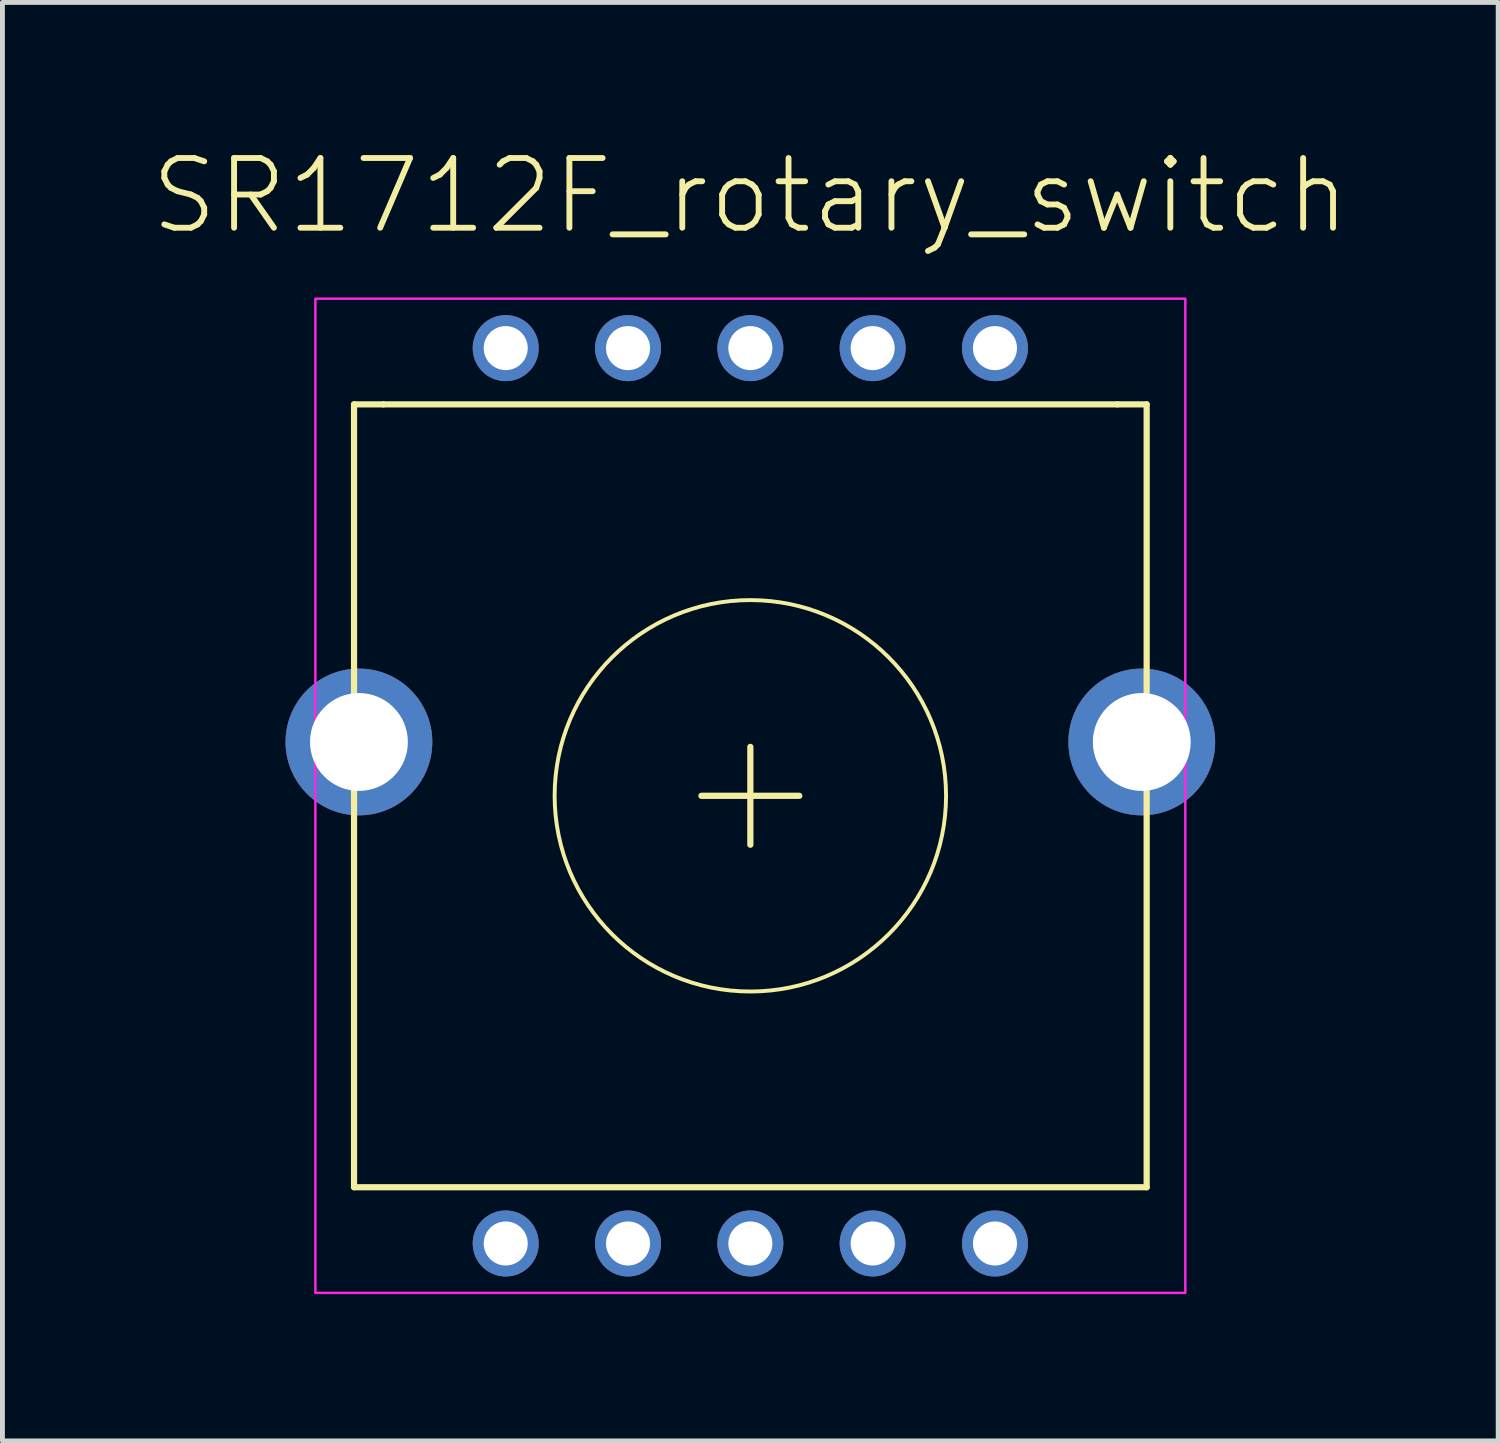
<source format=kicad_pcb>
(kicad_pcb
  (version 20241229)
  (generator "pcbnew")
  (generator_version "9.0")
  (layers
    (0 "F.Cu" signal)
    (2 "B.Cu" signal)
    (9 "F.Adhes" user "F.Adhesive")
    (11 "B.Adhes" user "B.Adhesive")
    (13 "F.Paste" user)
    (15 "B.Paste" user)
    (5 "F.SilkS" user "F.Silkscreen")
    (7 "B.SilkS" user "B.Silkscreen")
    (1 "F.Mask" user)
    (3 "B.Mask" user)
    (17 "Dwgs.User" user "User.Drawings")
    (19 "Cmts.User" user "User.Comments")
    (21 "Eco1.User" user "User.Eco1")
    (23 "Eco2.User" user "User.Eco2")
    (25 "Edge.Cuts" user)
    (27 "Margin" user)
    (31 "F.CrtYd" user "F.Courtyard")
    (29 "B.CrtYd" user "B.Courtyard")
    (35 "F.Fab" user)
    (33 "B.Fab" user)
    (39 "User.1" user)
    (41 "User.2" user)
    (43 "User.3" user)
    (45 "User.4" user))
  (footprint "SR1712F_rotary_switch"
    (layer "F.Cu")
    (at 12.286 13.215)
    (property "Reference" "SR1712F_rotary_switch" (at 0 -11.43 180) (layer "F.SilkS") (effects (font (size 1.425 1.425) (thickness 0.12)) (justify bottom)))
    (attr through_hole)
    (fp_line (start -8.1 -8) (end -8.1 8) (stroke (width 0.127) (type solid)) (layer "F.SilkS"))
    (fp_line (start -8.1 8) (end 8.1 8) (stroke (width 0.127) (type solid)) (layer "F.SilkS"))
    (fp_line (start -7.5 -8) (end -8.1 -8) (stroke (width 0.127) (type solid)) (layer "F.SilkS"))
    (fp_line (start -1 0) (end 1 0) (stroke (width 0.127) (type solid)) (layer "F.SilkS"))
    (fp_line (start 0 1) (end 0 -1) (stroke (width 0.127) (type solid)) (layer "F.SilkS"))
    (fp_line (start 7.5 -8) (end -7.5 -8) (stroke (width 0.127) (type solid)) (layer "F.SilkS"))
    (fp_line (start 8.1 -8) (end 7.5 -8) (stroke (width 0.127) (type solid)) (layer "F.SilkS"))
    (fp_line (start 8.1 8) (end 8.1 -8) (stroke (width 0.127) (type solid)) (layer "F.SilkS"))
    (fp_circle (center 0 0) (end 4 0) (stroke (width 0.08) (type solid)) (fill no) (layer "F.SilkS"))
    (fp_rect (start -8.89 -10.16) (end 8.89 10.16) (stroke (width 0.05) (type solid)) (fill no) (layer "F.CrtYd"))
    (pad "" thru_hole circle (at -8 -1.1) (size 3 3) (drill 2) (layers "*.Cu" "*.Mask"))
    (pad "" thru_hole circle (at 8 -1.1) (size 3 3) (drill 2) (layers "*.Cu" "*.Mask"))
    (pad "1" thru_hole circle (at 5 9.15) (size 1.35 1.35) (drill 0.9) (layers "*.Cu" "*.Mask"))
    (pad "2" thru_hole circle (at 2.5 9.15) (size 1.35 1.35) (drill 0.9) (layers "*.Cu" "*.Mask"))
    (pad "3" thru_hole circle (at 0 9.15) (size 1.35 1.35) (drill 0.9) (layers "*.Cu" "*.Mask"))
    (pad "4" thru_hole circle (at -2.5 9.15) (size 1.35 1.35) (drill 0.9) (layers "*.Cu" "*.Mask"))
    (pad "5" thru_hole circle (at -5 9.15) (size 1.35 1.35) (drill 0.9) (layers "*.Cu" "*.Mask"))
    (pad "6" thru_hole circle (at -5 -9.15) (size 1.35 1.35) (drill 0.9) (layers "*.Cu" "*.Mask"))
    (pad "7" thru_hole circle (at -2.5 -9.15) (size 1.35 1.35) (drill 0.9) (layers "*.Cu" "*.Mask"))
    (pad "8" thru_hole circle (at 0 -9.15) (size 1.35 1.35) (drill 0.9) (layers "*.Cu" "*.Mask"))
    (pad "9" thru_hole circle (at 2.5 -9.15) (size 1.35 1.35) (drill 0.9) (layers "*.Cu" "*.Mask"))
    (pad "10" thru_hole circle (at 5 -9.15) (size 1.35 1.35) (drill 0.9) (layers "*.Cu" "*.Mask")))
  (gr_rect
    (start -3 -3)
    (end 27.571 26.4)
    (stroke (width 0.1) (type default))
    (fill no)
    (layer "Edge.Cuts")))
</source>
